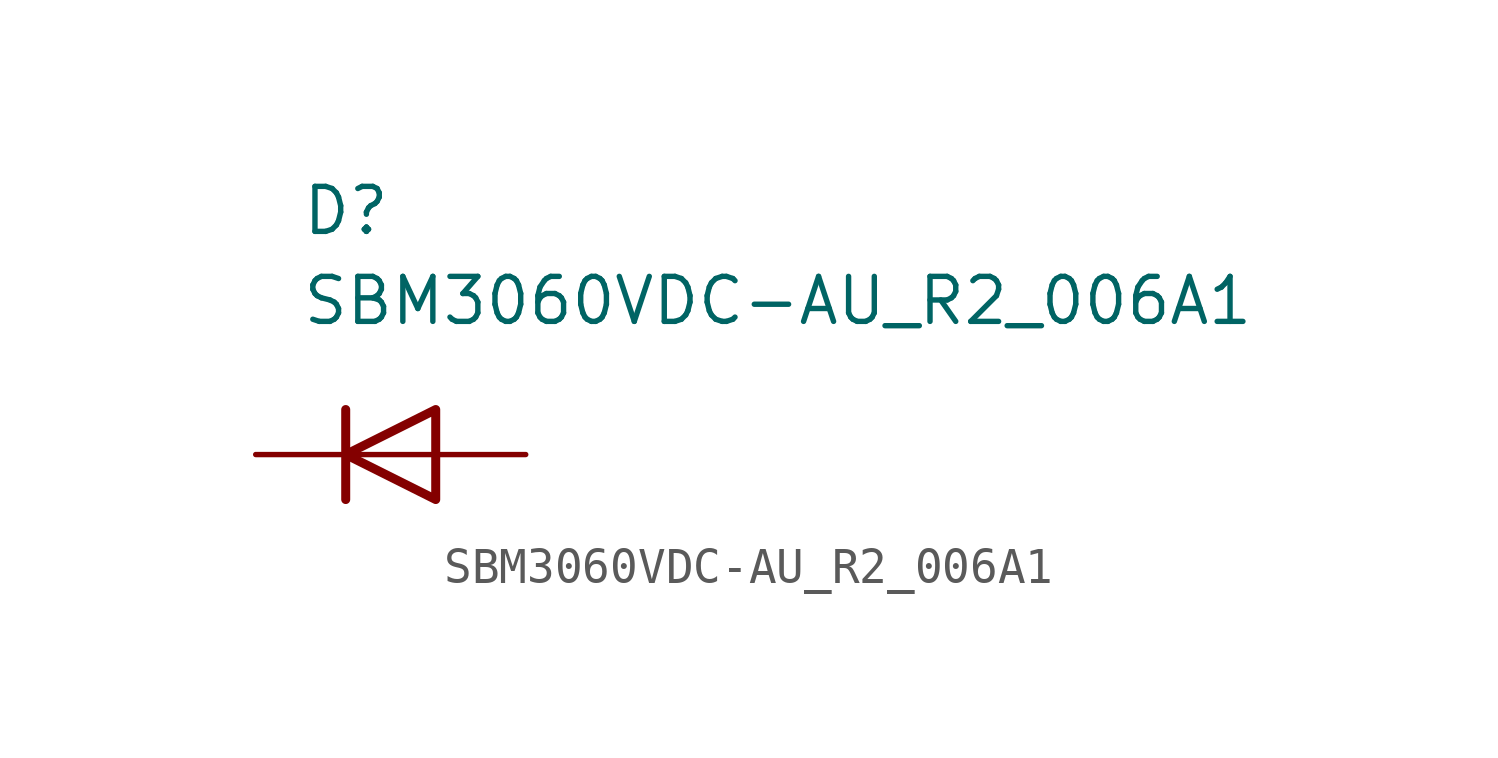
<source format=kicad_sym>
(kicad_symbol_lib
  (version 20220914)
  (generator kicad_symbol_editor)
  (symbol "SBM3060VDC-AU_R2_006A1"
    (pin_numbers hide)
    (pin_names hide)
    (property "Reference" "D"
      (at 1.27 7.62 0)
      (effects (font (size 1.27 1.27)) (justify left top)))
    (property "Value" "SBM3060VDC-AU_R2_006A1"
      (at 1.27 5.08 0)
      (effects (font (size 1.27 1.27)) (justify left top)))
    (symbol "SBM3060VDC-AU_R2_006A1_0_1"
      (polyline (pts (xy 2.54 1.27) (xy 2.54 -1.27)) (stroke (width 0.254) (type default)) (fill (type none)))
      (polyline (pts (xy 5.08 0) (xy 2.54 0)) (stroke (width 0) (type default)) (fill (type none)))
      (polyline (pts (xy 5.08 1.27) (xy 5.08 -1.27) (xy 2.54 0) (xy 5.08 1.27)) (stroke (width 0.254) (type default)) (fill (type none))))
    (symbol "SBM3060VDC-AU_R2_006A1_1_1"
      (pin passive line (at 0 0 0) (length 2.54) (name "K" (effects (font (size 1.27 1.27)))) (number "1" (effects (font (size 1.27 1.27)))))
      (pin passive line (at 7.62 0 180) (length 2.54) (name "A" (effects (font (size 1.27 1.27)))) (number "2" (effects (font (size 1.27 1.27)))))
      (pin passive line (at 7.62 0 180) (length 2.54) hide (name "A" (effects (font (size 1.27 1.27)))) (number "3" (effects (font (size 1.27 1.27))))))))
</source>
